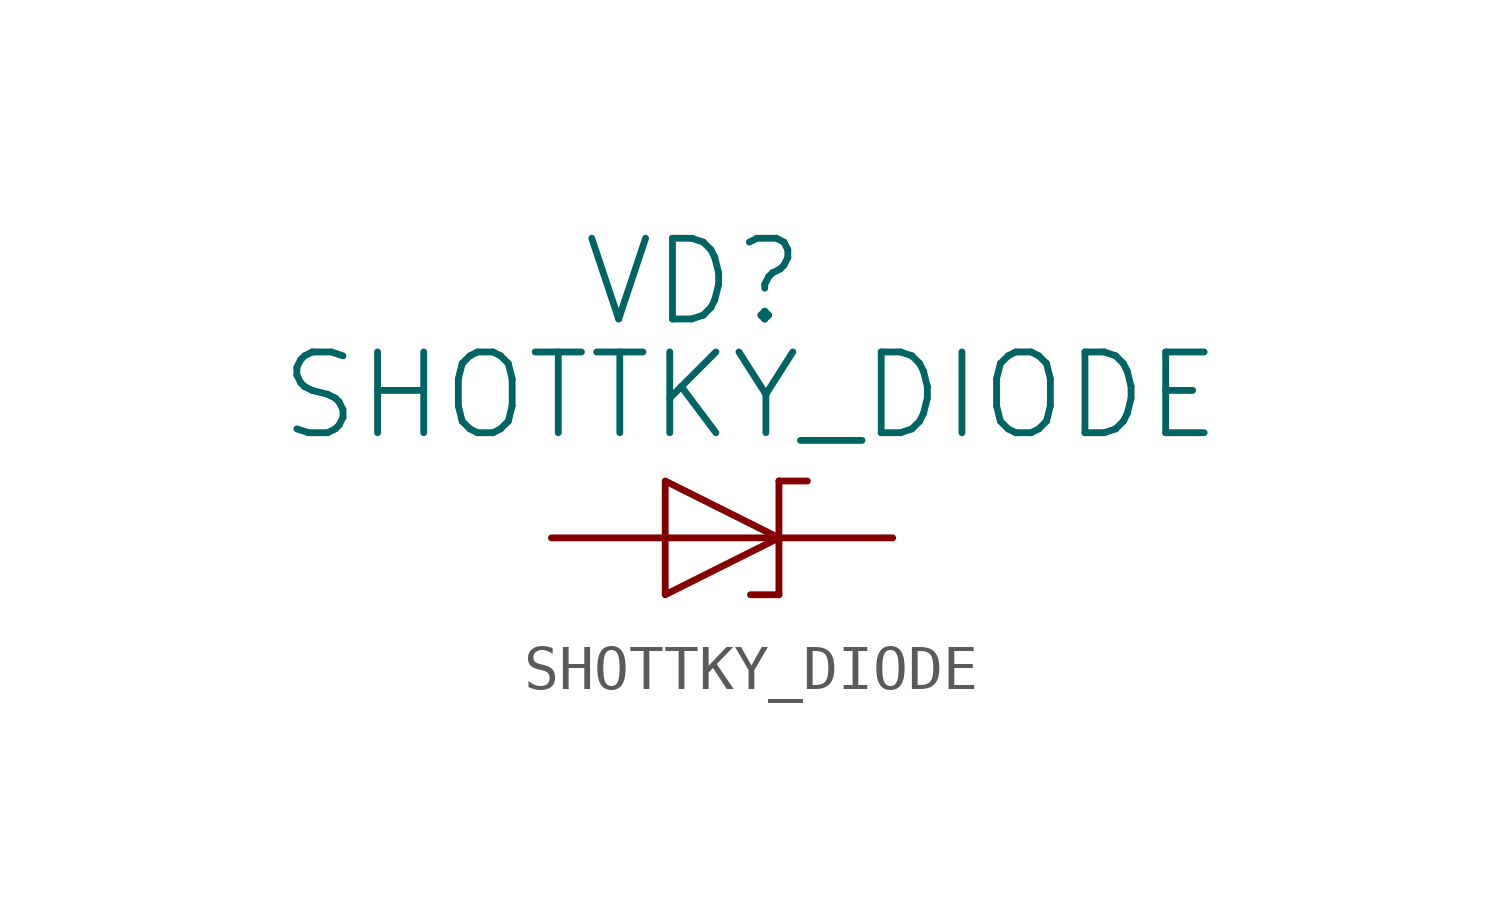
<source format=kicad_sym>
(kicad_symbol_lib
  (version 20211014)
  (generator kicad_symbol_editor)
  (symbol "SHOTTKY_DIODE"
    (pin_numbers hide)
    (pin_names
      (offset 1.016))
    (property "Reference" "VD"
      (at 3.175 5.715 0)
      (effects (font (size 1.803 1.803))))
    (property "Value" "SHOTTKY_DIODE"
      (at 4.445 3.175 0)
      (effects (font (size 1.803 1.803))))
    (property "Footprint" ""
      (at 0 0 0)
      (effects (font (size 1.524 1.524))))
    (property "Datasheet" ""
      (at 0 0 0)
      (effects (font (size 1.524 1.524))))
    (symbol "SHOTTKY_DIODE_0_1"
      (polyline (pts (xy 2.54 0) (xy 5.08 0)) (stroke (width 0) (type default) (color 0 0 0 0)) (fill (type none)))
      (polyline (pts (xy 5.08 -1.27) (xy 4.445 -1.27)) (stroke (width 0) (type default) (color 0 0 0 0)) (fill (type none)))
      (polyline (pts (xy 5.08 1.27) (xy 5.08 -1.27)) (stroke (width 0) (type default) (color 0 0 0 0)) (fill (type none)))
      (polyline (pts (xy 5.08 1.27) (xy 5.715 1.27)) (stroke (width 0) (type default) (color 0 0 0 0)) (fill (type none)))
      (polyline (pts (xy 2.54 1.27) (xy 2.54 -1.27) (xy 5.08 0) (xy 2.54 1.27)) (stroke (width 0) (type default) (color 0 0 0 0)) (fill (type none))))
    (symbol "SHOTTKY_DIODE_1_1"
      (pin passive line (at 0 0 0) (length 2.54) (name "~" (effects (font (size 1.27 1.27)))) (number "1" (effects (font (size 1.27 1.27)))))
      (pin passive line (at 7.62 0 180) (length 2.54) (name "~" (effects (font (size 1.27 1.27)))) (number "2" (effects (font (size 1.27 1.27))))))))
</source>
